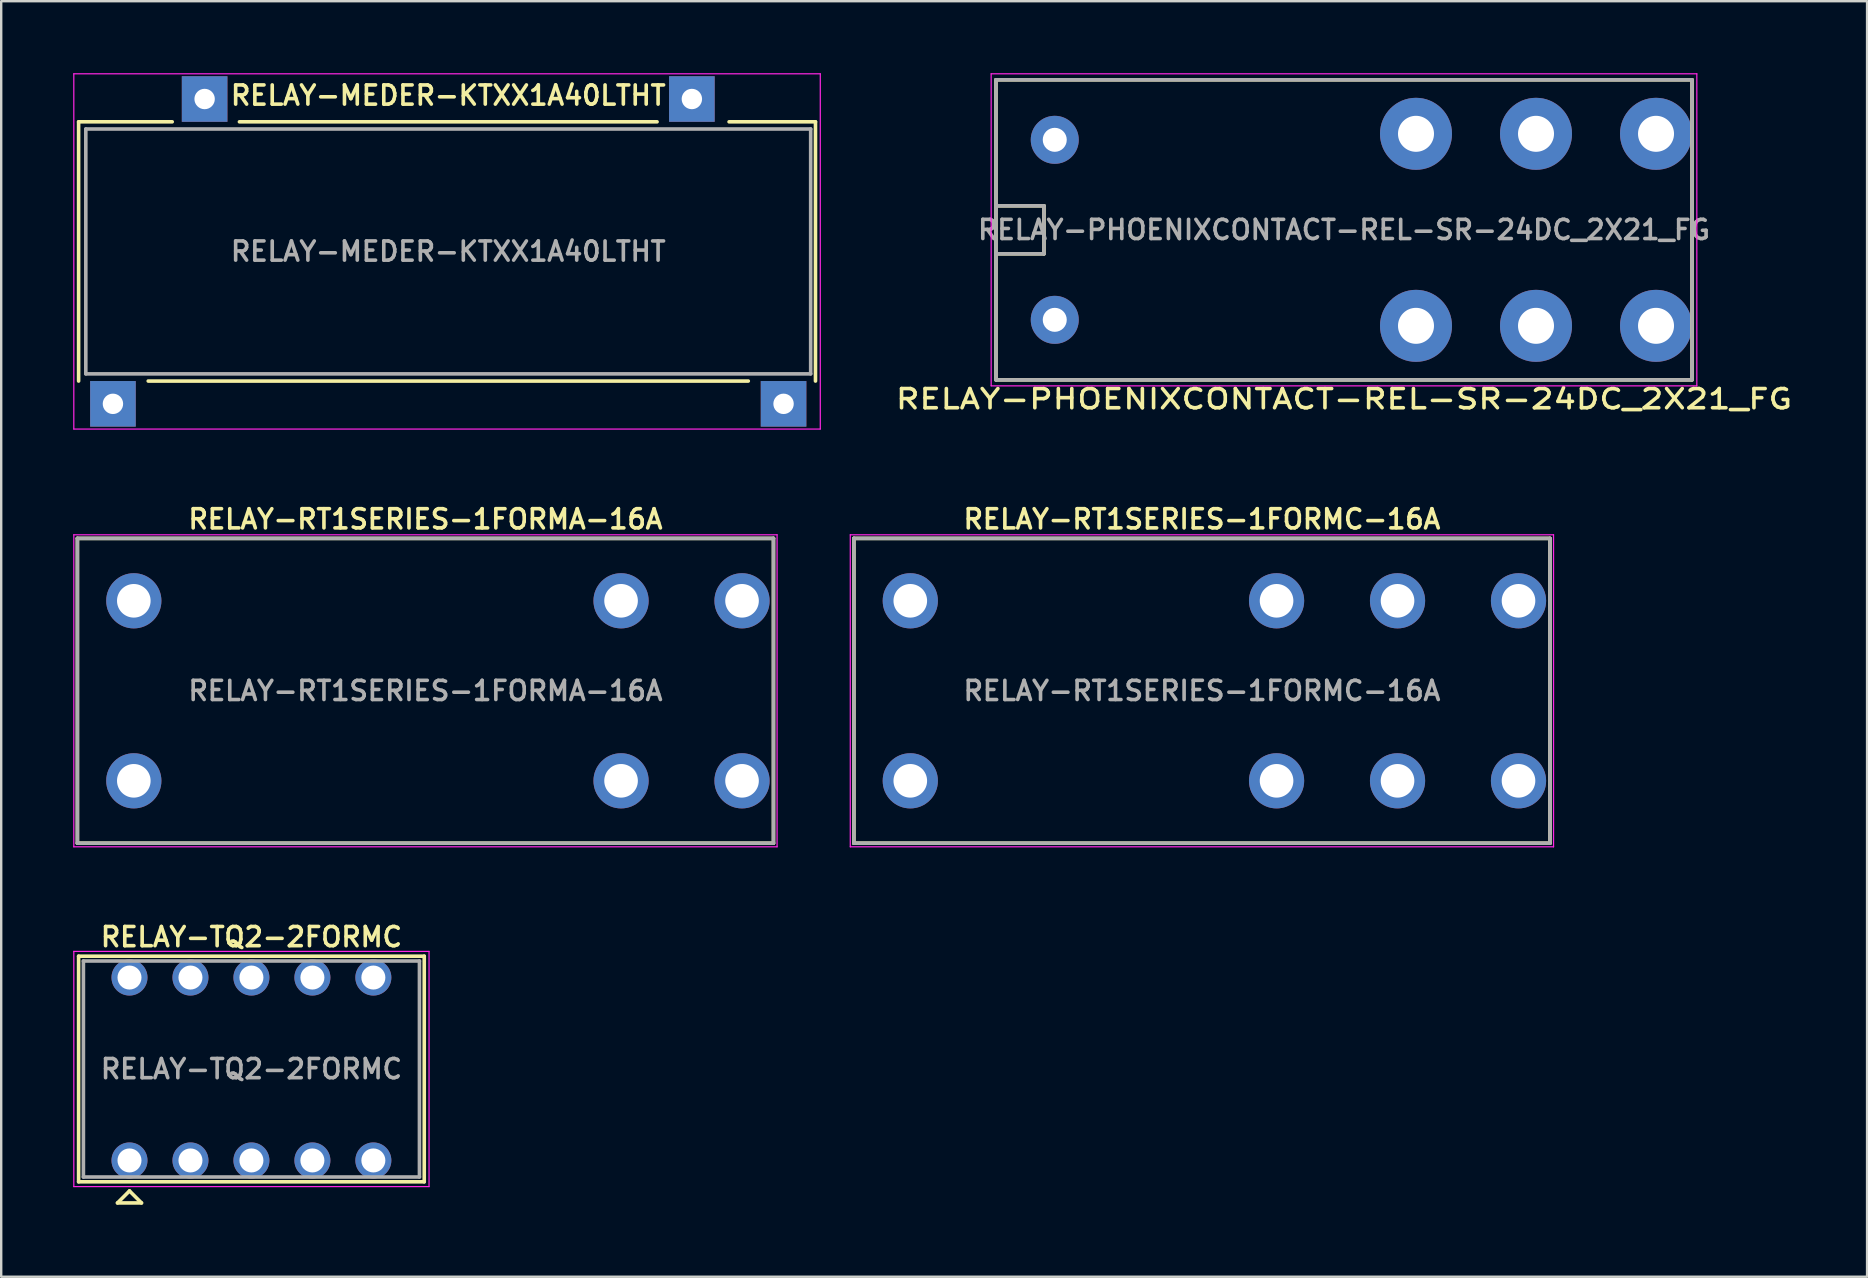
<source format=kicad_pcb>
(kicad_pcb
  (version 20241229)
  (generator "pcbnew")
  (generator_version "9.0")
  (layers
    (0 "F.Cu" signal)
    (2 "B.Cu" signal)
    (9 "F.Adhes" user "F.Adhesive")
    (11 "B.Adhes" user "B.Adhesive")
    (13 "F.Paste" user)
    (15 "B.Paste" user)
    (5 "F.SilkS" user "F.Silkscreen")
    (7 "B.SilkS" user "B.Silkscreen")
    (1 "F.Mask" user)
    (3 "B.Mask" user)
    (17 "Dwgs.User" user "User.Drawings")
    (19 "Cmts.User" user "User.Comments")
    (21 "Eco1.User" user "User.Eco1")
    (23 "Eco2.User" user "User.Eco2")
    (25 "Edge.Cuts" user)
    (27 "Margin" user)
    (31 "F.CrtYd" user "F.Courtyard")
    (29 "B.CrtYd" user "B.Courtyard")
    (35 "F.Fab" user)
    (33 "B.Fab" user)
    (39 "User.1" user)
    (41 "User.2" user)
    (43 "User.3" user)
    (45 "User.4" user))
  (footprint "RELAY-PHOENIXCONTACT-REL-SR-24DC_2X21_FG"
    (layer "F.Cu")
    (at 52.944 6.525)
    (property "Reference" "RELAY-PHOENIXCONTACT-REL-SR-24DC_2X21_FG" (at 0 7.05 0) (layer "F.SilkS") (effects (font (size 0.8 0.98) (thickness 0.15))))
    (attr through_hole)
    (fp_line (start -14.5 -6.25) (end 14.5 -6.25) (stroke (width 0.15) (type solid)) (layer "F.SilkS"))
    (fp_line (start -14.5 -1) (end -12.5 -1) (stroke (width 0.15) (type solid)) (layer "F.SilkS"))
    (fp_line (start -14.5 6.25) (end -14.5 -6.25) (stroke (width 0.15) (type solid)) (layer "F.SilkS"))
    (fp_line (start -12.5 -1) (end -12.5 1) (stroke (width 0.15) (type solid)) (layer "F.SilkS"))
    (fp_line (start -12.5 1) (end -14.5 1) (stroke (width 0.15) (type solid)) (layer "F.SilkS"))
    (fp_line (start 14.5 -6.25) (end 14.5 6.25) (stroke (width 0.15) (type solid)) (layer "F.SilkS"))
    (fp_line (start 14.5 6.25) (end -14.5 6.25) (stroke (width 0.15) (type solid)) (layer "F.SilkS"))
    (fp_line (start -14.7 -6.5) (end 14.7 -6.5) (stroke (width 0.05) (type solid)) (layer "F.CrtYd"))
    (fp_line (start -14.7 6.5) (end -14.7 -6.5) (stroke (width 0.05) (type solid)) (layer "F.CrtYd"))
    (fp_line (start 14.7 -6.5) (end 14.7 6.5) (stroke (width 0.05) (type solid)) (layer "F.CrtYd"))
    (fp_line (start 14.7 6.5) (end -14.7 6.5) (stroke (width 0.05) (type solid)) (layer "F.CrtYd"))
    (fp_line (start -14.5 -6.25) (end 14.5 -6.25) (stroke (width 0.15) (type solid)) (layer "F.Fab"))
    (fp_line (start -14.5 -1) (end -12.5 -1) (stroke (width 0.15) (type solid)) (layer "F.Fab"))
    (fp_line (start -14.5 6.25) (end -14.5 -6.25) (stroke (width 0.15) (type solid)) (layer "F.Fab"))
    (fp_line (start -12.5 -1) (end -12.5 1) (stroke (width 0.15) (type solid)) (layer "F.Fab"))
    (fp_line (start -12.5 1) (end -14.5 1) (stroke (width 0.15) (type solid)) (layer "F.Fab"))
    (fp_line (start 14.5 -6.25) (end 14.5 6.25) (stroke (width 0.15) (type solid)) (layer "F.Fab"))
    (fp_line (start 14.5 6.25) (end -14.5 6.25) (stroke (width 0.15) (type solid)) (layer "F.Fab"))
    (fp_text user "${REFERENCE}" (at 0 0 0) (layer "F.Fab") (effects (font (size 0.8 0.8) (thickness 0.15))))
    (pad "11" thru_hole circle (at 8 -4) (size 3 3) (drill 1.5) (layers "*.Cu" "*.Mask"))
    (pad "12" thru_hole circle (at 3 -4) (size 3 3) (drill 1.5) (layers "*.Cu" "*.Mask"))
    (pad "14" thru_hole circle (at 13 -4) (size 3 3) (drill 1.5) (layers "*.Cu" "*.Mask"))
    (pad "21" thru_hole circle (at 8 4) (size 3 3) (drill 1.5) (layers "*.Cu" "*.Mask"))
    (pad "22" thru_hole circle (at 3 4) (size 3 3) (drill 1.5) (layers "*.Cu" "*.Mask"))
    (pad "24" thru_hole circle (at 13 4) (size 3 3) (drill 1.5) (layers "*.Cu" "*.Mask"))
    (pad "A1" thru_hole circle (at -12.05 -3.75) (size 2 2) (drill 1) (layers "*.Cu" "*.Mask"))
    (pad "A2" thru_hole circle (at -12.05 3.75) (size 2 2) (drill 1) (layers "*.Cu" "*.Mask")))
  (footprint "RELAY-MEDER-KTXX1A40LTHT"
    (layer "F.Cu")
    (at 15.625 7.425)
    (property "Reference" "RELAY-MEDER-KTXX1A40LTHT" (at 0 -6.5 0) (layer "F.SilkS") (effects (font (size 0.8 0.8) (thickness 0.15))))
    (attr through_hole)
    (fp_line (start -15.4 -5.4) (end -11.5 -5.4) (stroke (width 0.15) (type solid)) (layer "F.SilkS"))
    (fp_line (start -15.4 5.4) (end -15.4 -5.4) (stroke (width 0.15) (type solid)) (layer "F.SilkS"))
    (fp_line (start -8.7 -5.4) (end 8.7 -5.4) (stroke (width 0.15) (type solid)) (layer "F.SilkS"))
    (fp_line (start 12.5 5.4) (end -12.5 5.4) (stroke (width 0.15) (type solid)) (layer "F.SilkS"))
    (fp_line (start 15.3 -5.4) (end 11.7 -5.4) (stroke (width 0.15) (type solid)) (layer "F.SilkS"))
    (fp_line (start 15.3 -5.4) (end 15.3 5.4) (stroke (width 0.15) (type solid)) (layer "F.SilkS"))
    (fp_line (start -15.6 -7.4) (end 15.5 -7.4) (stroke (width 0.05) (type solid)) (layer "F.CrtYd"))
    (fp_line (start -15.6 7.4) (end -15.6 -7.4) (stroke (width 0.05) (type solid)) (layer "F.CrtYd"))
    (fp_line (start 15.5 -7.4) (end 15.5 7.4) (stroke (width 0.05) (type solid)) (layer "F.CrtYd"))
    (fp_line (start 15.5 7.4) (end -15.6 7.4) (stroke (width 0.05) (type solid)) (layer "F.CrtYd"))
    (fp_line (start -15.1 -5.1) (end 15.1 -5.1) (stroke (width 0.15) (type solid)) (layer "F.Fab"))
    (fp_line (start -15.1 5.1) (end -15.1 -5.1) (stroke (width 0.15) (type solid)) (layer "F.Fab"))
    (fp_line (start 15.1 -5.1) (end 15.1 5.1) (stroke (width 0.15) (type solid)) (layer "F.Fab"))
    (fp_line (start 15.1 5.1) (end -15.1 5.1) (stroke (width 0.15) (type solid)) (layer "F.Fab"))
    (fp_text user "${REFERENCE}" (at 0 0 0) (layer "F.Fab") (effects (font (size 0.8 0.8) (thickness 0.15))))
    (pad "1" thru_hole rect (at -13.97 6.35) (size 1.9 1.9) (drill 0.85) (layers "*.Cu" "*.Mask"))
    (pad "2" thru_hole rect (at 13.97 6.35) (size 1.9 1.9) (drill 0.85) (layers "*.Cu" "*.Mask"))
    (pad "3" thru_hole rect (at 10.15 -6.35) (size 1.9 1.9) (drill 0.85) (layers "*.Cu" "*.Mask"))
    (pad "4" thru_hole rect (at -10.15 -6.35) (size 1.9 1.9) (drill 0.85) (layers "*.Cu" "*.Mask")))
  (footprint "RELAY-RT1SERIES-1FORMA-16A"
    (layer "F.Cu")
    (at 14.675 25.731)
    (property "Reference" "RELAY-RT1SERIES-1FORMA-16A" (at 0 -7.15 0) (layer "F.SilkS") (effects (font (size 0.8 0.8) (thickness 0.15))))
    (attr through_hole)
    (fp_line (start -14.5 -6.35) (end 14.5 -6.35) (stroke (width 0.15) (type solid)) (layer "F.SilkS"))
    (fp_line (start -14.5 6.35) (end -14.5 -6.35) (stroke (width 0.15) (type solid)) (layer "F.SilkS"))
    (fp_line (start 14.5 -6.35) (end 14.5 6.35) (stroke (width 0.15) (type solid)) (layer "F.SilkS"))
    (fp_line (start 14.5 6.35) (end -14.5 6.35) (stroke (width 0.15) (type solid)) (layer "F.SilkS"))
    (fp_line (start -14.65 -6.5) (end 14.65 -6.5) (stroke (width 0.05) (type solid)) (layer "F.CrtYd"))
    (fp_line (start -14.65 6.5) (end -14.65 -6.5) (stroke (width 0.05) (type solid)) (layer "F.CrtYd"))
    (fp_line (start 14.65 -6.5) (end 14.65 6.5) (stroke (width 0.05) (type solid)) (layer "F.CrtYd"))
    (fp_line (start 14.65 6.5) (end -14.65 6.5) (stroke (width 0.05) (type solid)) (layer "F.CrtYd"))
    (fp_line (start -14.5 -6.35) (end 14.5 -6.35) (stroke (width 0.15) (type solid)) (layer "F.Fab"))
    (fp_line (start -14.5 6.35) (end -14.5 -6.35) (stroke (width 0.15) (type solid)) (layer "F.Fab"))
    (fp_line (start 14.5 -6.35) (end 14.5 6.35) (stroke (width 0.15) (type solid)) (layer "F.Fab"))
    (fp_line (start 14.5 6.35) (end -14.5 6.35) (stroke (width 0.15) (type solid)) (layer "F.Fab"))
    (fp_text user "${REFERENCE}" (at 0 0 0) (layer "F.Fab") (effects (font (size 0.8 0.8) (thickness 0.15))))
    (pad "11" thru_hole circle (at 8.15 -3.75) (size 2.3 2.3) (drill 1.4) (layers "*.Cu" "*.Mask"))
    (pad "11" thru_hole circle (at 8.15 3.75) (size 2.3 2.3) (drill 1.4) (layers "*.Cu" "*.Mask"))
    (pad "14" thru_hole circle (at 13.19 -3.75) (size 2.3 2.3) (drill 1.4) (layers "*.Cu" "*.Mask"))
    (pad "14" thru_hole circle (at 13.19 3.75) (size 2.3 2.3) (drill 1.4) (layers "*.Cu" "*.Mask"))
    (pad "A1" thru_hole circle (at -12.15 3.75) (size 2.3 2.3) (drill 1.4) (layers "*.Cu" "*.Mask"))
    (pad "A2" thru_hole circle (at -12.15 -3.75) (size 2.3 2.3) (drill 1.4) (layers "*.Cu" "*.Mask")))
  (footprint "RELAY-TQ2-2FORMC"
    (layer "F.Cu")
    (at 7.425 41.487)
    (property "Reference" "RELAY-TQ2-2FORMC" (at 0 -5.5 0) (layer "F.SilkS") (effects (font (size 0.8 0.8) (thickness 0.15))))
    (attr through_hole)
    (fp_line (start -7.2 -4.7) (end 7.2 -4.7) (stroke (width 0.15) (type solid)) (layer "F.SilkS"))
    (fp_line (start -7.2 4.7) (end -7.2 -4.7) (stroke (width 0.15) (type solid)) (layer "F.SilkS"))
    (fp_line (start -5.58 5.58) (end -4.58 5.58) (stroke (width 0.15) (type solid)) (layer "F.SilkS"))
    (fp_line (start -5.08 5.08) (end -5.58 5.58) (stroke (width 0.15) (type solid)) (layer "F.SilkS"))
    (fp_line (start -4.58 5.58) (end -5.08 5.08) (stroke (width 0.15) (type solid)) (layer "F.SilkS"))
    (fp_line (start 7.2 -4.7) (end 7.2 4.7) (stroke (width 0.15) (type solid)) (layer "F.SilkS"))
    (fp_line (start 7.2 4.7) (end -7.2 4.7) (stroke (width 0.15) (type solid)) (layer "F.SilkS"))
    (fp_line (start -7.4 -4.9) (end 7.4 -4.9) (stroke (width 0.05) (type solid)) (layer "F.CrtYd"))
    (fp_line (start -7.4 4.9) (end -7.4 -4.9) (stroke (width 0.05) (type solid)) (layer "F.CrtYd"))
    (fp_line (start 7.4 -4.9) (end 7.4 4.9) (stroke (width 0.05) (type solid)) (layer "F.CrtYd"))
    (fp_line (start 7.4 4.9) (end -7.4 4.9) (stroke (width 0.05) (type solid)) (layer "F.CrtYd"))
    (fp_line (start -7 -4.5) (end 7 -4.5) (stroke (width 0.15) (type solid)) (layer "F.Fab"))
    (fp_line (start -7 4.5) (end -7 -4.5) (stroke (width 0.15) (type solid)) (layer "F.Fab"))
    (fp_line (start -5.33 -3.96) (end -5.33 -3.66) (stroke (width 0.15) (type solid)) (layer "F.Fab"))
    (fp_line (start -5.33 -3.66) (end -4.83 -3.66) (stroke (width 0.15) (type solid)) (layer "F.Fab"))
    (fp_line (start -5.33 3.66) (end -5.33 3.96) (stroke (width 0.15) (type solid)) (layer "F.Fab"))
    (fp_line (start -5.33 3.96) (end -4.83 3.96) (stroke (width 0.15) (type solid)) (layer "F.Fab"))
    (fp_line (start -4.83 -3.96) (end -5.33 -3.96) (stroke (width 0.15) (type solid)) (layer "F.Fab"))
    (fp_line (start -4.83 -3.66) (end -4.83 -3.96) (stroke (width 0.15) (type solid)) (layer "F.Fab"))
    (fp_line (start -4.83 3.66) (end -5.33 3.66) (stroke (width 0.15) (type solid)) (layer "F.Fab"))
    (fp_line (start -4.83 3.96) (end -4.83 3.66) (stroke (width 0.15) (type solid)) (layer "F.Fab"))
    (fp_line (start -2.79 -3.96) (end -2.79 -3.66) (stroke (width 0.15) (type solid)) (layer "F.Fab"))
    (fp_line (start -2.79 -3.66) (end -2.29 -3.66) (stroke (width 0.15) (type solid)) (layer "F.Fab"))
    (fp_line (start -2.79 3.66) (end -2.79 3.96) (stroke (width 0.15) (type solid)) (layer "F.Fab"))
    (fp_line (start -2.79 3.96) (end -2.29 3.96) (stroke (width 0.15) (type solid)) (layer "F.Fab"))
    (fp_line (start -2.29 -3.96) (end -2.79 -3.96) (stroke (width 0.15) (type solid)) (layer "F.Fab"))
    (fp_line (start -2.29 -3.66) (end -2.29 -3.96) (stroke (width 0.15) (type solid)) (layer "F.Fab"))
    (fp_line (start -2.29 3.66) (end -2.79 3.66) (stroke (width 0.15) (type solid)) (layer "F.Fab"))
    (fp_line (start -2.29 3.96) (end -2.29 3.66) (stroke (width 0.15) (type solid)) (layer "F.Fab"))
    (fp_line (start -0.25 -3.96) (end -0.25 -3.66) (stroke (width 0.15) (type solid)) (layer "F.Fab"))
    (fp_line (start -0.25 -3.66) (end 0.25 -3.66) (stroke (width 0.15) (type solid)) (layer "F.Fab"))
    (fp_line (start -0.25 3.66) (end -0.25 3.96) (stroke (width 0.15) (type solid)) (layer "F.Fab"))
    (fp_line (start -0.25 3.96) (end 0.25 3.96) (stroke (width 0.15) (type solid)) (layer "F.Fab"))
    (fp_line (start 0.25 -3.96) (end -0.25 -3.96) (stroke (width 0.15) (type solid)) (layer "F.Fab"))
    (fp_line (start 0.25 -3.66) (end 0.25 -3.96) (stroke (width 0.15) (type solid)) (layer "F.Fab"))
    (fp_line (start 0.25 3.66) (end -0.25 3.66) (stroke (width 0.15) (type solid)) (layer "F.Fab"))
    (fp_line (start 0.25 3.96) (end 0.25 3.66) (stroke (width 0.15) (type solid)) (layer "F.Fab"))
    (fp_line (start 2.29 -3.96) (end 2.29 -3.66) (stroke (width 0.15) (type solid)) (layer "F.Fab"))
    (fp_line (start 2.29 -3.66) (end 2.79 -3.66) (stroke (width 0.15) (type solid)) (layer "F.Fab"))
    (fp_line (start 2.29 3.66) (end 2.29 3.96) (stroke (width 0.15) (type solid)) (layer "F.Fab"))
    (fp_line (start 2.29 3.96) (end 2.79 3.96) (stroke (width 0.15) (type solid)) (layer "F.Fab"))
    (fp_line (start 2.79 -3.96) (end 2.29 -3.96) (stroke (width 0.15) (type solid)) (layer "F.Fab"))
    (fp_line (start 2.79 -3.66) (end 2.79 -3.96) (stroke (width 0.15) (type solid)) (layer "F.Fab"))
    (fp_line (start 2.79 3.66) (end 2.29 3.66) (stroke (width 0.15) (type solid)) (layer "F.Fab"))
    (fp_line (start 2.79 3.96) (end 2.79 3.66) (stroke (width 0.15) (type solid)) (layer "F.Fab"))
    (fp_line (start 4.83 -3.96) (end 4.83 -3.66) (stroke (width 0.15) (type solid)) (layer "F.Fab"))
    (fp_line (start 4.83 -3.66) (end 5.33 -3.66) (stroke (width 0.15) (type solid)) (layer "F.Fab"))
    (fp_line (start 4.83 3.66) (end 4.83 3.96) (stroke (width 0.15) (type solid)) (layer "F.Fab"))
    (fp_line (start 4.83 3.96) (end 5.33 3.96) (stroke (width 0.15) (type solid)) (layer "F.Fab"))
    (fp_line (start 5.33 -3.96) (end 4.83 -3.96) (stroke (width 0.15) (type solid)) (layer "F.Fab"))
    (fp_line (start 5.33 -3.66) (end 5.33 -3.96) (stroke (width 0.15) (type solid)) (layer "F.Fab"))
    (fp_line (start 5.33 3.66) (end 4.83 3.66) (stroke (width 0.15) (type solid)) (layer "F.Fab"))
    (fp_line (start 5.33 3.96) (end 5.33 3.66) (stroke (width 0.15) (type solid)) (layer "F.Fab"))
    (fp_line (start 7 -4.5) (end 7 4.5) (stroke (width 0.15) (type solid)) (layer "F.Fab"))
    (fp_line (start 7 4.5) (end -7 4.5) (stroke (width 0.15) (type solid)) (layer "F.Fab"))
    (fp_text user "${REFERENCE}" (at 0 0 0) (layer "F.Fab") (effects (font (size 0.8 0.8) (thickness 0.15))))
    (pad "1" thru_hole circle (at -5.08 3.81) (size 1.5 1.5) (drill 1) (layers "*.Cu" "*.Mask"))
    (pad "2" thru_hole circle (at -2.54 3.81) (size 1.5 1.5) (drill 1) (layers "*.Cu" "*.Mask"))
    (pad "3" thru_hole circle (at 0 3.81) (size 1.5 1.5) (drill 1) (layers "*.Cu" "*.Mask"))
    (pad "4" thru_hole circle (at 2.54 3.81) (size 1.5 1.5) (drill 1) (layers "*.Cu" "*.Mask"))
    (pad "5" thru_hole circle (at 5.08 3.81) (size 1.5 1.5) (drill 1) (layers "*.Cu" "*.Mask"))
    (pad "6" thru_hole circle (at 5.08 -3.81) (size 1.5 1.5) (drill 1) (layers "*.Cu" "*.Mask"))
    (pad "7" thru_hole circle (at 2.54 -3.81) (size 1.5 1.5) (drill 1) (layers "*.Cu" "*.Mask"))
    (pad "8" thru_hole circle (at 0 -3.81) (size 1.5 1.5) (drill 1) (layers "*.Cu" "*.Mask"))
    (pad "9" thru_hole circle (at -2.54 -3.81) (size 1.5 1.5) (drill 1) (layers "*.Cu" "*.Mask"))
    (pad "10" thru_hole circle (at -5.08 -3.81) (size 1.5 1.5) (drill 1) (layers "*.Cu" "*.Mask")))
  (footprint "RELAY-RT1SERIES-1FORMC-16A"
    (layer "F.Cu")
    (at 47.025 25.731)
    (property "Reference" "RELAY-RT1SERIES-1FORMC-16A" (at 0 -7.15 0) (layer "F.SilkS") (effects (font (size 0.8 0.8) (thickness 0.15))))
    (attr through_hole)
    (fp_line (start -14.5 -6.35) (end 14.5 -6.35) (stroke (width 0.15) (type solid)) (layer "F.SilkS"))
    (fp_line (start -14.5 6.35) (end -14.5 -6.35) (stroke (width 0.15) (type solid)) (layer "F.SilkS"))
    (fp_line (start 14.5 -6.35) (end 14.5 6.35) (stroke (width 0.15) (type solid)) (layer "F.SilkS"))
    (fp_line (start 14.5 6.35) (end -14.5 6.35) (stroke (width 0.15) (type solid)) (layer "F.SilkS"))
    (fp_line (start -14.65 -6.5) (end 14.65 -6.5) (stroke (width 0.05) (type solid)) (layer "F.CrtYd"))
    (fp_line (start -14.65 6.5) (end -14.65 -6.5) (stroke (width 0.05) (type solid)) (layer "F.CrtYd"))
    (fp_line (start 14.65 -6.5) (end 14.65 6.5) (stroke (width 0.05) (type solid)) (layer "F.CrtYd"))
    (fp_line (start 14.65 6.5) (end -14.65 6.5) (stroke (width 0.05) (type solid)) (layer "F.CrtYd"))
    (fp_line (start -14.5 -6.35) (end 14.5 -6.35) (stroke (width 0.15) (type solid)) (layer "F.Fab"))
    (fp_line (start -14.5 6.35) (end -14.5 -6.35) (stroke (width 0.15) (type solid)) (layer "F.Fab"))
    (fp_line (start 14.5 -6.35) (end 14.5 6.35) (stroke (width 0.15) (type solid)) (layer "F.Fab"))
    (fp_line (start 14.5 6.35) (end -14.5 6.35) (stroke (width 0.15) (type solid)) (layer "F.Fab"))
    (fp_text user "${REFERENCE}" (at 0 0 0) (layer "F.Fab") (effects (font (size 0.8 0.8) (thickness 0.15))))
    (pad "11" thru_hole circle (at 8.15 -3.75) (size 2.3 2.3) (drill 1.4) (layers "*.Cu" "*.Mask"))
    (pad "11" thru_hole circle (at 8.15 3.75) (size 2.3 2.3) (drill 1.4) (layers "*.Cu" "*.Mask"))
    (pad "12" thru_hole circle (at 3.11 -3.75) (size 2.3 2.3) (drill 1.4) (layers "*.Cu" "*.Mask"))
    (pad "12" thru_hole circle (at 3.11 3.75) (size 2.3 2.3) (drill 1.4) (layers "*.Cu" "*.Mask"))
    (pad "14" thru_hole circle (at 13.19 -3.75) (size 2.3 2.3) (drill 1.4) (layers "*.Cu" "*.Mask"))
    (pad "14" thru_hole circle (at 13.19 3.75) (size 2.3 2.3) (drill 1.4) (layers "*.Cu" "*.Mask"))
    (pad "A1" thru_hole circle (at -12.15 3.75) (size 2.3 2.3) (drill 1.4) (layers "*.Cu" "*.Mask"))
    (pad "A2" thru_hole circle (at -12.15 -3.75) (size 2.3 2.3) (drill 1.4) (layers "*.Cu" "*.Mask")))
  (gr_rect
    (start -3 -3)
    (end 74.737 50.142)
    (stroke (width 0.1) (type default))
    (fill no)
    (layer "Edge.Cuts")))
</source>
